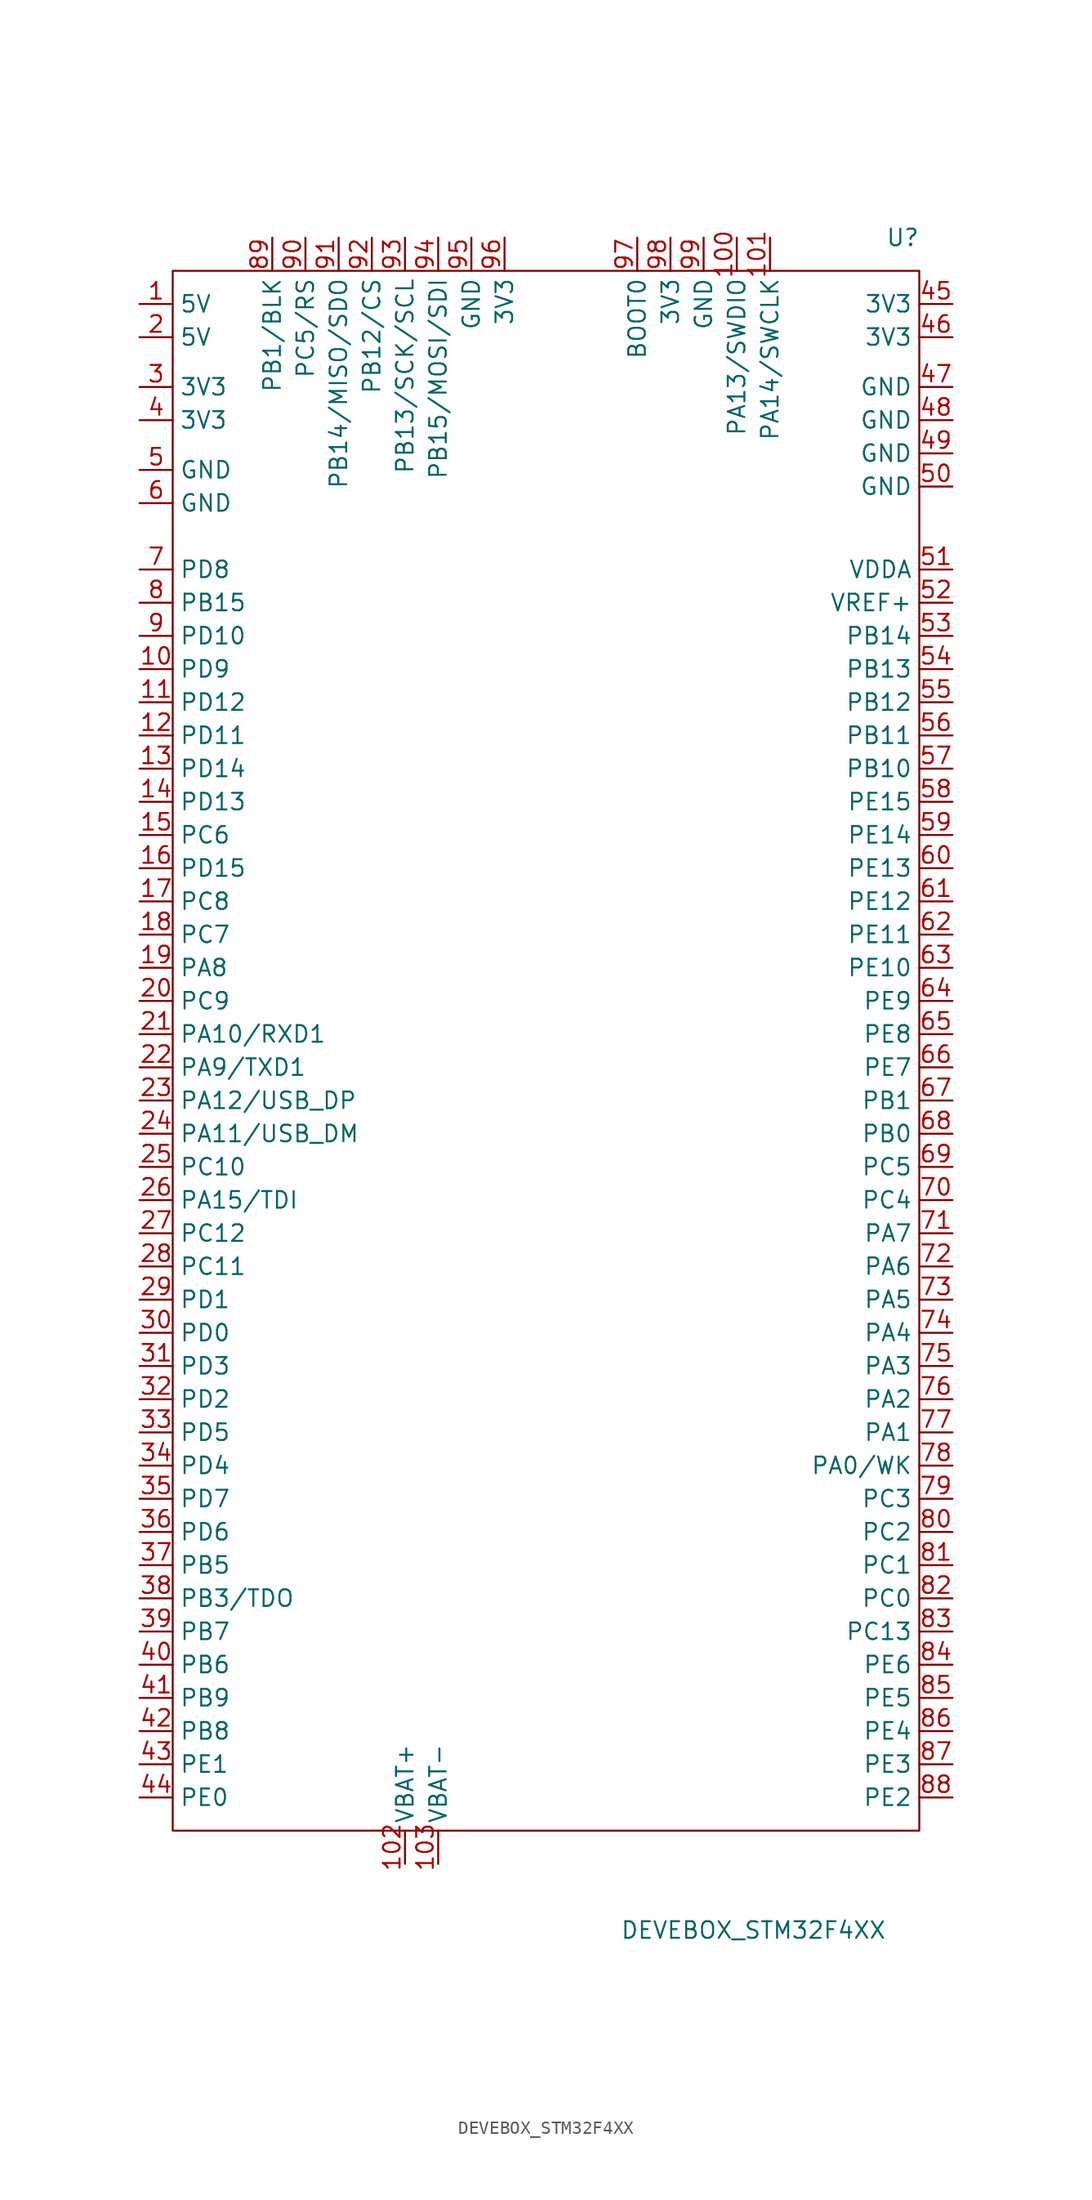
<source format=kicad_sym>
(kicad_symbol_lib
  (version 20211014)
  (generator kicad_symbol_editor)
  (symbol "DEVEBOX_STM32F4XX"
    (property "Reference" "U"
      (at 27.94 15.24 0)
      (effects (font (size 1.27 1.27))))
    (property "Value" "DEVEBOX_STM32F4XX"
      (at 16.51 -114.3 0)
      (effects (font (size 1.27 1.27))))
    (symbol "DEVEBOX_STM32F4XX_0_1"
      (rectangle (start -27.94 12.7) (end 29.21 -106.68) (stroke (width 0.152) (type default) (color 0 0 0 0)) (fill (type none))))
    (symbol "DEVEBOX_STM32F4XX_1_1"
      (pin power_in line (at -30.48 10.16 0) (length 2.54) (name "5V" (effects (font (size 1.27 1.27)))) (number "1" (effects (font (size 1.27 1.27)))))
      (pin bidirectional line (at -30.48 -17.78 0) (length 2.54) (name "PD9" (effects (font (size 1.27 1.27)))) (number "10" (effects (font (size 1.27 1.27)))))
      (pin bidirectional line (at 15.24 15.24 270) (length 2.54) (name "PA13/SWDIO" (effects (font (size 1.27 1.27)))) (number "100" (effects (font (size 1.27 1.27)))))
      (pin bidirectional line (at 17.78 15.24 270) (length 2.54) (name "PA14/SWCLK" (effects (font (size 1.27 1.27)))) (number "101" (effects (font (size 1.27 1.27)))))
      (pin bidirectional line (at -10.16 -109.22 90) (length 2.54) (name "VBAT+" (effects (font (size 1.27 1.27)))) (number "102" (effects (font (size 1.27 1.27)))))
      (pin bidirectional line (at -7.62 -109.22 90) (length 2.54) (name "VBAT-" (effects (font (size 1.27 1.27)))) (number "103" (effects (font (size 1.27 1.27)))))
      (pin bidirectional line (at -30.48 -20.32 0) (length 2.54) (name "PD12" (effects (font (size 1.27 1.27)))) (number "11" (effects (font (size 1.27 1.27)))))
      (pin bidirectional line (at -30.48 -22.86 0) (length 2.54) (name "PD11" (effects (font (size 1.27 1.27)))) (number "12" (effects (font (size 1.27 1.27)))))
      (pin bidirectional line (at -30.48 -25.4 0) (length 2.54) (name "PD14" (effects (font (size 1.27 1.27)))) (number "13" (effects (font (size 1.27 1.27)))))
      (pin bidirectional line (at -30.48 -27.94 0) (length 2.54) (name "PD13" (effects (font (size 1.27 1.27)))) (number "14" (effects (font (size 1.27 1.27)))))
      (pin bidirectional line (at -30.48 -30.48 0) (length 2.54) (name "PC6" (effects (font (size 1.27 1.27)))) (number "15" (effects (font (size 1.27 1.27)))))
      (pin bidirectional line (at -30.48 -33.02 0) (length 2.54) (name "PD15" (effects (font (size 1.27 1.27)))) (number "16" (effects (font (size 1.27 1.27)))))
      (pin bidirectional line (at -30.48 -35.56 0) (length 2.54) (name "PC8" (effects (font (size 1.27 1.27)))) (number "17" (effects (font (size 1.27 1.27)))))
      (pin bidirectional line (at -30.48 -38.1 0) (length 2.54) (name "PC7" (effects (font (size 1.27 1.27)))) (number "18" (effects (font (size 1.27 1.27)))))
      (pin bidirectional line (at -30.48 -40.64 0) (length 2.54) (name "PA8" (effects (font (size 1.27 1.27)))) (number "19" (effects (font (size 1.27 1.27)))))
      (pin power_in line (at -30.48 7.62 0) (length 2.54) (name "5V" (effects (font (size 1.27 1.27)))) (number "2" (effects (font (size 1.27 1.27)))))
      (pin bidirectional line (at -30.48 -43.18 0) (length 2.54) (name "PC9" (effects (font (size 1.27 1.27)))) (number "20" (effects (font (size 1.27 1.27)))))
      (pin bidirectional line (at -30.48 -45.72 0) (length 2.54) (name "PA10/RXD1" (effects (font (size 1.27 1.27)))) (number "21" (effects (font (size 1.27 1.27)))))
      (pin bidirectional line (at -30.48 -48.26 0) (length 2.54) (name "PA9/TXD1" (effects (font (size 1.27 1.27)))) (number "22" (effects (font (size 1.27 1.27)))))
      (pin bidirectional line (at -30.48 -50.8 0) (length 2.54) (name "PA12/USB_DP" (effects (font (size 1.27 1.27)))) (number "23" (effects (font (size 1.27 1.27)))))
      (pin bidirectional line (at -30.48 -53.34 0) (length 2.54) (name "PA11/USB_DM" (effects (font (size 1.27 1.27)))) (number "24" (effects (font (size 1.27 1.27)))))
      (pin bidirectional line (at -30.48 -55.88 0) (length 2.54) (name "PC10" (effects (font (size 1.27 1.27)))) (number "25" (effects (font (size 1.27 1.27)))))
      (pin bidirectional line (at -30.48 -58.42 0) (length 2.54) (name "PA15/TDI" (effects (font (size 1.27 1.27)))) (number "26" (effects (font (size 1.27 1.27)))))
      (pin bidirectional line (at -30.48 -60.96 0) (length 2.54) (name "PC12" (effects (font (size 1.27 1.27)))) (number "27" (effects (font (size 1.27 1.27)))))
      (pin bidirectional line (at -30.48 -63.5 0) (length 2.54) (name "PC11" (effects (font (size 1.27 1.27)))) (number "28" (effects (font (size 1.27 1.27)))))
      (pin bidirectional line (at -30.48 -66.04 0) (length 2.54) (name "PD1" (effects (font (size 1.27 1.27)))) (number "29" (effects (font (size 1.27 1.27)))))
      (pin power_out line (at -30.48 3.81 0) (length 2.54) (name "3V3" (effects (font (size 1.27 1.27)))) (number "3" (effects (font (size 1.27 1.27)))))
      (pin bidirectional line (at -30.48 -68.58 0) (length 2.54) (name "PD0" (effects (font (size 1.27 1.27)))) (number "30" (effects (font (size 1.27 1.27)))))
      (pin bidirectional line (at -30.48 -71.12 0) (length 2.54) (name "PD3" (effects (font (size 1.27 1.27)))) (number "31" (effects (font (size 1.27 1.27)))))
      (pin bidirectional line (at -30.48 -73.66 0) (length 2.54) (name "PD2" (effects (font (size 1.27 1.27)))) (number "32" (effects (font (size 1.27 1.27)))))
      (pin bidirectional line (at -30.48 -76.2 0) (length 2.54) (name "PD5" (effects (font (size 1.27 1.27)))) (number "33" (effects (font (size 1.27 1.27)))))
      (pin bidirectional line (at -30.48 -78.74 0) (length 2.54) (name "PD4" (effects (font (size 1.27 1.27)))) (number "34" (effects (font (size 1.27 1.27)))))
      (pin bidirectional line (at -30.48 -81.28 0) (length 2.54) (name "PD7" (effects (font (size 1.27 1.27)))) (number "35" (effects (font (size 1.27 1.27)))))
      (pin bidirectional line (at -30.48 -83.82 0) (length 2.54) (name "PD6" (effects (font (size 1.27 1.27)))) (number "36" (effects (font (size 1.27 1.27)))))
      (pin bidirectional line (at -30.48 -86.36 0) (length 2.54) (name "PB5" (effects (font (size 1.27 1.27)))) (number "37" (effects (font (size 1.27 1.27)))))
      (pin bidirectional line (at -30.48 -88.9 0) (length 2.54) (name "PB3/TDO" (effects (font (size 1.27 1.27)))) (number "38" (effects (font (size 1.27 1.27)))))
      (pin bidirectional line (at -30.48 -91.44 0) (length 2.54) (name "PB7" (effects (font (size 1.27 1.27)))) (number "39" (effects (font (size 1.27 1.27)))))
      (pin power_out line (at -30.48 1.27 0) (length 2.54) (name "3V3" (effects (font (size 1.27 1.27)))) (number "4" (effects (font (size 1.27 1.27)))))
      (pin bidirectional line (at -30.48 -93.98 0) (length 2.54) (name "PB6" (effects (font (size 1.27 1.27)))) (number "40" (effects (font (size 1.27 1.27)))))
      (pin bidirectional line (at -30.48 -96.52 0) (length 2.54) (name "PB9" (effects (font (size 1.27 1.27)))) (number "41" (effects (font (size 1.27 1.27)))))
      (pin bidirectional line (at -30.48 -99.06 0) (length 2.54) (name "PB8" (effects (font (size 1.27 1.27)))) (number "42" (effects (font (size 1.27 1.27)))))
      (pin bidirectional line (at -30.48 -101.6 0) (length 2.54) (name "PE1" (effects (font (size 1.27 1.27)))) (number "43" (effects (font (size 1.27 1.27)))))
      (pin bidirectional line (at -30.48 -104.14 0) (length 2.54) (name "PE0" (effects (font (size 1.27 1.27)))) (number "44" (effects (font (size 1.27 1.27)))))
      (pin power_out line (at 31.75 10.16 180) (length 2.54) (name "3V3" (effects (font (size 1.27 1.27)))) (number "45" (effects (font (size 1.27 1.27)))))
      (pin power_out line (at 31.75 7.62 180) (length 2.54) (name "3V3" (effects (font (size 1.27 1.27)))) (number "46" (effects (font (size 1.27 1.27)))))
      (pin power_in line (at 31.75 3.81 180) (length 2.54) (name "GND" (effects (font (size 1.27 1.27)))) (number "47" (effects (font (size 1.27 1.27)))))
      (pin power_in line (at 31.75 1.27 180) (length 2.54) (name "GND" (effects (font (size 1.27 1.27)))) (number "48" (effects (font (size 1.27 1.27)))))
      (pin power_in line (at 31.75 -1.27 180) (length 2.54) (name "GND" (effects (font (size 1.27 1.27)))) (number "49" (effects (font (size 1.27 1.27)))))
      (pin power_in line (at -30.48 -2.54 0) (length 2.54) (name "GND" (effects (font (size 1.27 1.27)))) (number "5" (effects (font (size 1.27 1.27)))))
      (pin power_in line (at 31.75 -3.81 180) (length 2.54) (name "GND" (effects (font (size 1.27 1.27)))) (number "50" (effects (font (size 1.27 1.27)))))
      (pin bidirectional line (at 31.75 -10.16 180) (length 2.54) (name "VDDA" (effects (font (size 1.27 1.27)))) (number "51" (effects (font (size 1.27 1.27)))))
      (pin bidirectional line (at 31.75 -12.7 180) (length 2.54) (name "VREF+" (effects (font (size 1.27 1.27)))) (number "52" (effects (font (size 1.27 1.27)))))
      (pin bidirectional line (at 31.75 -15.24 180) (length 2.54) (name "PB14" (effects (font (size 1.27 1.27)))) (number "53" (effects (font (size 1.27 1.27)))))
      (pin bidirectional line (at 31.75 -17.78 180) (length 2.54) (name "PB13" (effects (font (size 1.27 1.27)))) (number "54" (effects (font (size 1.27 1.27)))))
      (pin bidirectional line (at 31.75 -20.32 180) (length 2.54) (name "PB12" (effects (font (size 1.27 1.27)))) (number "55" (effects (font (size 1.27 1.27)))))
      (pin bidirectional line (at 31.75 -22.86 180) (length 2.54) (name "PB11" (effects (font (size 1.27 1.27)))) (number "56" (effects (font (size 1.27 1.27)))))
      (pin bidirectional line (at 31.75 -25.4 180) (length 2.54) (name "PB10" (effects (font (size 1.27 1.27)))) (number "57" (effects (font (size 1.27 1.27)))))
      (pin bidirectional line (at 31.75 -27.94 180) (length 2.54) (name "PE15" (effects (font (size 1.27 1.27)))) (number "58" (effects (font (size 1.27 1.27)))))
      (pin bidirectional line (at 31.75 -30.48 180) (length 2.54) (name "PE14" (effects (font (size 1.27 1.27)))) (number "59" (effects (font (size 1.27 1.27)))))
      (pin power_in line (at -30.48 -5.08 0) (length 2.54) (name "GND" (effects (font (size 1.27 1.27)))) (number "6" (effects (font (size 1.27 1.27)))))
      (pin bidirectional line (at 31.75 -33.02 180) (length 2.54) (name "PE13" (effects (font (size 1.27 1.27)))) (number "60" (effects (font (size 1.27 1.27)))))
      (pin bidirectional line (at 31.75 -35.56 180) (length 2.54) (name "PE12" (effects (font (size 1.27 1.27)))) (number "61" (effects (font (size 1.27 1.27)))))
      (pin bidirectional line (at 31.75 -38.1 180) (length 2.54) (name "PE11" (effects (font (size 1.27 1.27)))) (number "62" (effects (font (size 1.27 1.27)))))
      (pin bidirectional line (at 31.75 -40.64 180) (length 2.54) (name "PE10" (effects (font (size 1.27 1.27)))) (number "63" (effects (font (size 1.27 1.27)))))
      (pin bidirectional line (at 31.75 -43.18 180) (length 2.54) (name "PE9" (effects (font (size 1.27 1.27)))) (number "64" (effects (font (size 1.27 1.27)))))
      (pin bidirectional line (at 31.75 -45.72 180) (length 2.54) (name "PE8" (effects (font (size 1.27 1.27)))) (number "65" (effects (font (size 1.27 1.27)))))
      (pin bidirectional line (at 31.75 -48.26 180) (length 2.54) (name "PE7" (effects (font (size 1.27 1.27)))) (number "66" (effects (font (size 1.27 1.27)))))
      (pin bidirectional line (at 31.75 -50.8 180) (length 2.54) (name "PB1" (effects (font (size 1.27 1.27)))) (number "67" (effects (font (size 1.27 1.27)))))
      (pin bidirectional line (at 31.75 -53.34 180) (length 2.54) (name "PB0" (effects (font (size 1.27 1.27)))) (number "68" (effects (font (size 1.27 1.27)))))
      (pin bidirectional line (at 31.75 -55.88 180) (length 2.54) (name "PC5" (effects (font (size 1.27 1.27)))) (number "69" (effects (font (size 1.27 1.27)))))
      (pin bidirectional line (at -30.48 -10.16 0) (length 2.54) (name "PD8" (effects (font (size 1.27 1.27)))) (number "7" (effects (font (size 1.27 1.27)))))
      (pin bidirectional line (at 31.75 -58.42 180) (length 2.54) (name "PC4" (effects (font (size 1.27 1.27)))) (number "70" (effects (font (size 1.27 1.27)))))
      (pin bidirectional line (at 31.75 -60.96 180) (length 2.54) (name "PA7" (effects (font (size 1.27 1.27)))) (number "71" (effects (font (size 1.27 1.27)))))
      (pin bidirectional line (at 31.75 -63.5 180) (length 2.54) (name "PA6" (effects (font (size 1.27 1.27)))) (number "72" (effects (font (size 1.27 1.27)))))
      (pin bidirectional line (at 31.75 -66.04 180) (length 2.54) (name "PA5" (effects (font (size 1.27 1.27)))) (number "73" (effects (font (size 1.27 1.27)))))
      (pin bidirectional line (at 31.75 -68.58 180) (length 2.54) (name "PA4" (effects (font (size 1.27 1.27)))) (number "74" (effects (font (size 1.27 1.27)))))
      (pin bidirectional line (at 31.75 -71.12 180) (length 2.54) (name "PA3" (effects (font (size 1.27 1.27)))) (number "75" (effects (font (size 1.27 1.27)))))
      (pin bidirectional line (at 31.75 -73.66 180) (length 2.54) (name "PA2" (effects (font (size 1.27 1.27)))) (number "76" (effects (font (size 1.27 1.27)))))
      (pin bidirectional line (at 31.75 -76.2 180) (length 2.54) (name "PA1" (effects (font (size 1.27 1.27)))) (number "77" (effects (font (size 1.27 1.27)))))
      (pin bidirectional line (at 31.75 -78.74 180) (length 2.54) (name "PA0/WK" (effects (font (size 1.27 1.27)))) (number "78" (effects (font (size 1.27 1.27)))))
      (pin bidirectional line (at 31.75 -81.28 180) (length 2.54) (name "PC3" (effects (font (size 1.27 1.27)))) (number "79" (effects (font (size 1.27 1.27)))))
      (pin bidirectional line (at -30.48 -12.7 0) (length 2.54) (name "PB15" (effects (font (size 1.27 1.27)))) (number "8" (effects (font (size 1.27 1.27)))))
      (pin bidirectional line (at 31.75 -83.82 180) (length 2.54) (name "PC2" (effects (font (size 1.27 1.27)))) (number "80" (effects (font (size 1.27 1.27)))))
      (pin bidirectional line (at 31.75 -86.36 180) (length 2.54) (name "PC1" (effects (font (size 1.27 1.27)))) (number "81" (effects (font (size 1.27 1.27)))))
      (pin bidirectional line (at 31.75 -88.9 180) (length 2.54) (name "PC0" (effects (font (size 1.27 1.27)))) (number "82" (effects (font (size 1.27 1.27)))))
      (pin bidirectional line (at 31.75 -91.44 180) (length 2.54) (name "PC13" (effects (font (size 1.27 1.27)))) (number "83" (effects (font (size 1.27 1.27)))))
      (pin bidirectional line (at 31.75 -93.98 180) (length 2.54) (name "PE6" (effects (font (size 1.27 1.27)))) (number "84" (effects (font (size 1.27 1.27)))))
      (pin bidirectional line (at 31.75 -96.52 180) (length 2.54) (name "PE5" (effects (font (size 1.27 1.27)))) (number "85" (effects (font (size 1.27 1.27)))))
      (pin bidirectional line (at 31.75 -99.06 180) (length 2.54) (name "PE4" (effects (font (size 1.27 1.27)))) (number "86" (effects (font (size 1.27 1.27)))))
      (pin bidirectional line (at 31.75 -101.6 180) (length 2.54) (name "PE3" (effects (font (size 1.27 1.27)))) (number "87" (effects (font (size 1.27 1.27)))))
      (pin bidirectional line (at 31.75 -104.14 180) (length 2.54) (name "PE2" (effects (font (size 1.27 1.27)))) (number "88" (effects (font (size 1.27 1.27)))))
      (pin bidirectional line (at -20.32 15.24 270) (length 2.54) (name "PB1/BLK" (effects (font (size 1.27 1.27)))) (number "89" (effects (font (size 1.27 1.27)))))
      (pin bidirectional line (at -30.48 -15.24 0) (length 2.54) (name "PD10" (effects (font (size 1.27 1.27)))) (number "9" (effects (font (size 1.27 1.27)))))
      (pin bidirectional line (at -17.78 15.24 270) (length 2.54) (name "PC5/RS" (effects (font (size 1.27 1.27)))) (number "90" (effects (font (size 1.27 1.27)))))
      (pin bidirectional line (at -15.24 15.24 270) (length 2.54) (name "PB14/MISO/SDO" (effects (font (size 1.27 1.27)))) (number "91" (effects (font (size 1.27 1.27)))))
      (pin bidirectional line (at -12.7 15.24 270) (length 2.54) (name "PB12/CS" (effects (font (size 1.27 1.27)))) (number "92" (effects (font (size 1.27 1.27)))))
      (pin bidirectional line (at -10.16 15.24 270) (length 2.54) (name "PB13/SCK/SCL" (effects (font (size 1.27 1.27)))) (number "93" (effects (font (size 1.27 1.27)))))
      (pin bidirectional line (at -7.62 15.24 270) (length 2.54) (name "PB15/MOSI/SDI" (effects (font (size 1.27 1.27)))) (number "94" (effects (font (size 1.27 1.27)))))
      (pin power_in line (at -5.08 15.24 270) (length 2.54) (name "GND" (effects (font (size 1.27 1.27)))) (number "95" (effects (font (size 1.27 1.27)))))
      (pin power_out line (at -2.54 15.24 270) (length 2.54) (name "3V3" (effects (font (size 1.27 1.27)))) (number "96" (effects (font (size 1.27 1.27)))))
      (pin bidirectional line (at 7.62 15.24 270) (length 2.54) (name "BOOT0" (effects (font (size 1.27 1.27)))) (number "97" (effects (font (size 1.27 1.27)))))
      (pin power_out line (at 10.16 15.24 270) (length 2.54) (name "3V3" (effects (font (size 1.27 1.27)))) (number "98" (effects (font (size 1.27 1.27)))))
      (pin power_in line (at 12.7 15.24 270) (length 2.54) (name "GND" (effects (font (size 1.27 1.27)))) (number "99" (effects (font (size 1.27 1.27))))))))
</source>
